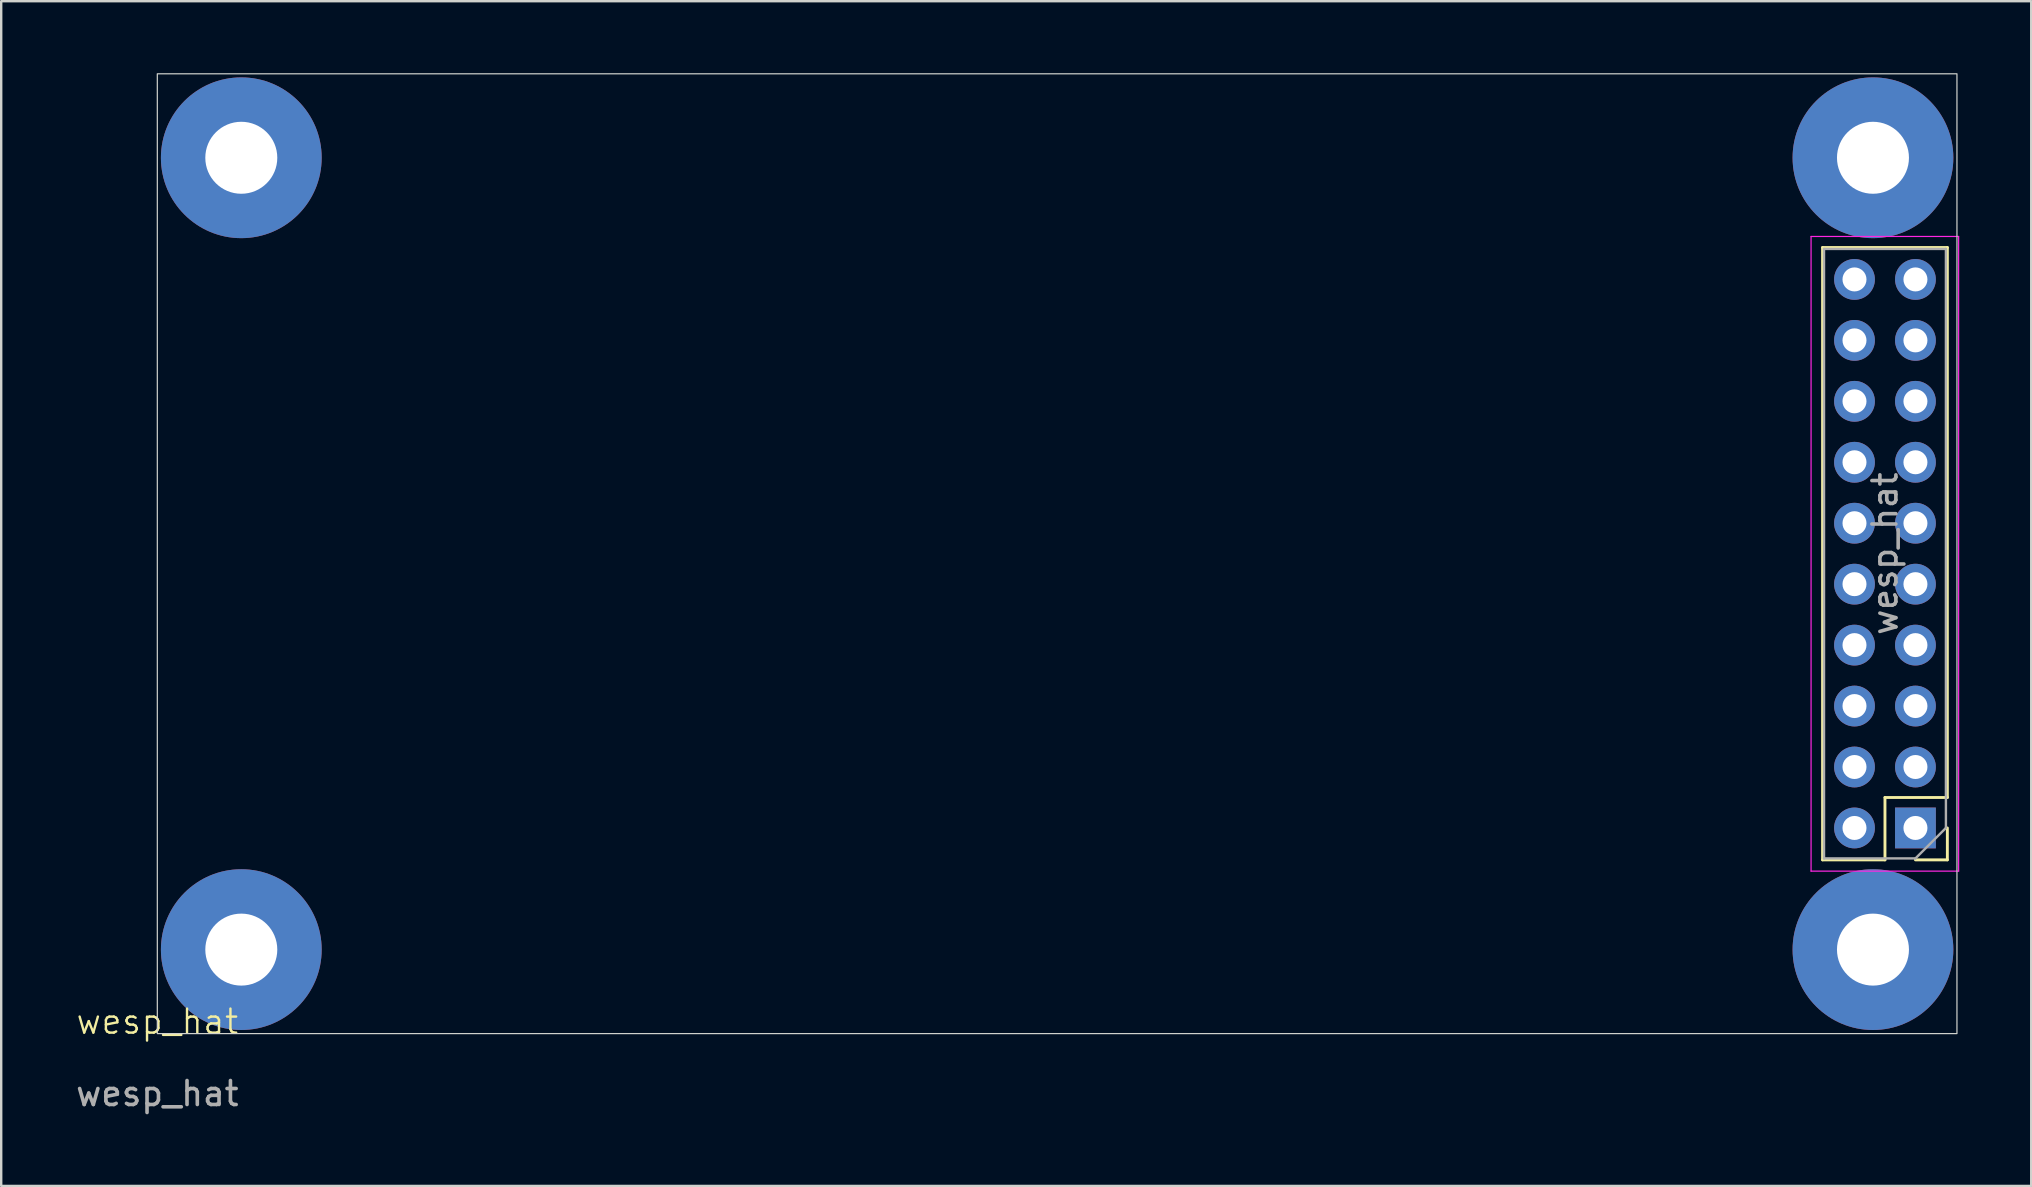
<source format=kicad_pcb>
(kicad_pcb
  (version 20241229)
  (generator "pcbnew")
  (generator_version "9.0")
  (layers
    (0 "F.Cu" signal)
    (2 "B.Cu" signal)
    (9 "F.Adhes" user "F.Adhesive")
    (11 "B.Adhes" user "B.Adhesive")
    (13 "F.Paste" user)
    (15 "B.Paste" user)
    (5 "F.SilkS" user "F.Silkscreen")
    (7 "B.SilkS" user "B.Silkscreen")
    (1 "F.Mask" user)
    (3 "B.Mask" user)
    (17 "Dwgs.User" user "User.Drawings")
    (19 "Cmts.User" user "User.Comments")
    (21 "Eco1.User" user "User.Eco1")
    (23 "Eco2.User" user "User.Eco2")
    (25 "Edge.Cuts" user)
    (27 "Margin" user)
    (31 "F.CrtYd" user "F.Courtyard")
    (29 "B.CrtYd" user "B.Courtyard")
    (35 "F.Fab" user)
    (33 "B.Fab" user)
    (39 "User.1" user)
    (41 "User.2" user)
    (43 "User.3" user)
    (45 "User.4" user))
  (footprint "wesp_hat"
    (layer "F.Cu")
    (at 3.506 40.025)
    (property "Reference" "wesp_hat" (at 0 -0.5 0) (unlocked yes) (layer "F.SilkS") (effects (font (size 1 1) (thickness 0.1))))
    (fp_line (start 69.4 -7.24) (end 69.4 -32.76) (stroke (width 0.12) (type solid)) (layer "F.SilkS"))
    (fp_line (start 72 -9.84) (end 72 -7.24) (stroke (width 0.12) (type solid)) (layer "F.SilkS"))
    (fp_line (start 72 -7.24) (end 69.4 -7.24) (stroke (width 0.12) (type solid)) (layer "F.SilkS"))
    (fp_line (start 74.6 -32.76) (end 69.4 -32.76) (stroke (width 0.12) (type solid)) (layer "F.SilkS"))
    (fp_line (start 74.6 -9.84) (end 72 -9.84) (stroke (width 0.12) (type solid)) (layer "F.SilkS"))
    (fp_line (start 74.6 -9.84) (end 74.6 -32.76) (stroke (width 0.12) (type solid)) (layer "F.SilkS"))
    (fp_line (start 74.6 -8.57) (end 74.6 -7.24) (stroke (width 0.12) (type solid)) (layer "F.SilkS"))
    (fp_line (start 74.6 -7.24) (end 73.27 -7.24) (stroke (width 0.12) (type solid)) (layer "F.SilkS"))
    (fp_rect (start 0 -40) (end 75 0) (stroke (width 0.05) (type default)) (fill no) (layer "Edge.Cuts"))
    (fp_line (start 68.92 -33.22) (end 68.92 -6.77) (stroke (width 0.05) (type solid)) (layer "F.CrtYd"))
    (fp_line (start 68.92 -6.77) (end 75.07 -6.77) (stroke (width 0.05) (type solid)) (layer "F.CrtYd"))
    (fp_line (start 75.07 -33.22) (end 68.92 -33.22) (stroke (width 0.05) (type solid)) (layer "F.CrtYd"))
    (fp_line (start 75.07 -6.77) (end 75.07 -33.22) (stroke (width 0.05) (type solid)) (layer "F.CrtYd"))
    (fp_line (start 69.46 -32.7) (end 74.54 -32.7) (stroke (width 0.1) (type solid)) (layer "F.Fab"))
    (fp_line (start 69.46 -7.3) (end 69.46 -32.7) (stroke (width 0.1) (type solid)) (layer "F.Fab"))
    (fp_line (start 73.27 -7.3) (end 69.46 -7.3) (stroke (width 0.1) (type solid)) (layer "F.Fab"))
    (fp_line (start 74.54 -32.7) (end 74.54 -8.57) (stroke (width 0.1) (type solid)) (layer "F.Fab"))
    (fp_line (start 74.54 -8.57) (end 73.27 -7.3) (stroke (width 0.1) (type solid)) (layer "F.Fab"))
    (fp_text user "${REFERENCE}" (at 72 -20 270) (layer "F.Fab") (effects (font (size 1 1) (thickness 0.15))))
    (fp_text user "${REFERENCE}" (at 0 2.5 0) (unlocked yes) (layer "F.Fab") (effects (font (size 1 1) (thickness 0.15))))
    (pad "1" thru_hole rect (at 73.27 -8.57 180) (size 1.7 1.7) (drill 1) (layers "*.Cu" "*.Mask"))
    (pad "2" thru_hole oval (at 70.73 -8.57 180) (size 1.7 1.7) (drill 1) (layers "*.Cu" "*.Mask"))
    (pad "3" thru_hole oval (at 73.27 -11.11 180) (size 1.7 1.7) (drill 1) (layers "*.Cu" "*.Mask"))
    (pad "4" thru_hole oval (at 70.73 -11.11 180) (size 1.7 1.7) (drill 1) (layers "*.Cu" "*.Mask"))
    (pad "5" thru_hole oval (at 73.27 -13.65 180) (size 1.7 1.7) (drill 1) (layers "*.Cu" "*.Mask"))
    (pad "6" thru_hole oval (at 70.73 -13.65 180) (size 1.7 1.7) (drill 1) (layers "*.Cu" "*.Mask"))
    (pad "7" thru_hole oval (at 73.27 -16.19 180) (size 1.7 1.7) (drill 1) (layers "*.Cu" "*.Mask"))
    (pad "8" thru_hole oval (at 70.73 -16.19 180) (size 1.7 1.7) (drill 1) (layers "*.Cu" "*.Mask"))
    (pad "9" thru_hole oval (at 73.27 -18.73 180) (size 1.7 1.7) (drill 1) (layers "*.Cu" "*.Mask"))
    (pad "10" thru_hole oval (at 70.73 -18.73 180) (size 1.7 1.7) (drill 1) (layers "*.Cu" "*.Mask"))
    (pad "11" thru_hole oval (at 73.27 -21.27 180) (size 1.7 1.7) (drill 1) (layers "*.Cu" "*.Mask"))
    (pad "12" thru_hole oval (at 70.73 -21.27 180) (size 1.7 1.7) (drill 1) (layers "*.Cu" "*.Mask"))
    (pad "13" thru_hole oval (at 73.27 -23.81 180) (size 1.7 1.7) (drill 1) (layers "*.Cu" "*.Mask"))
    (pad "14" thru_hole oval (at 70.73 -23.81 180) (size 1.7 1.7) (drill 1) (layers "*.Cu" "*.Mask"))
    (pad "15" thru_hole oval (at 73.27 -26.35 180) (size 1.7 1.7) (drill 1) (layers "*.Cu" "*.Mask"))
    (pad "16" thru_hole oval (at 70.73 -26.35 180) (size 1.7 1.7) (drill 1) (layers "*.Cu" "*.Mask"))
    (pad "17" thru_hole oval (at 73.27 -28.89 180) (size 1.7 1.7) (drill 1) (layers "*.Cu" "*.Mask"))
    (pad "18" thru_hole oval (at 70.73 -28.89 180) (size 1.7 1.7) (drill 1) (layers "*.Cu" "*.Mask"))
    (pad "19" thru_hole oval (at 73.27 -31.43 180) (size 1.7 1.7) (drill 1) (layers "*.Cu" "*.Mask"))
    (pad "20" thru_hole oval (at 70.73 -31.43 180) (size 1.7 1.7) (drill 1) (layers "*.Cu" "*.Mask"))
    (pad "M1" thru_hole circle (at 3.5 -36.5) (size 6.7 6.7) (drill 3) (layers "*.Cu" "*.Mask"))
    (pad "M1" thru_hole circle (at 3.5 -3.5) (size 6.7 6.7) (drill 3) (layers "*.Cu" "*.Mask"))
    (pad "M1" thru_hole circle (at 71.5 -36.5) (size 6.7 6.7) (drill 3) (layers "*.Cu" "*.Mask"))
    (pad "M1" thru_hole circle (at 71.5 -3.5) (size 6.7 6.7) (drill 3) (layers "*.Cu" "*.Mask")))
  (gr_rect
    (start -3 -3)
    (end 81.601 46.373)
    (stroke (width 0.1) (type default))
    (fill no)
    (layer "Edge.Cuts")))
</source>
